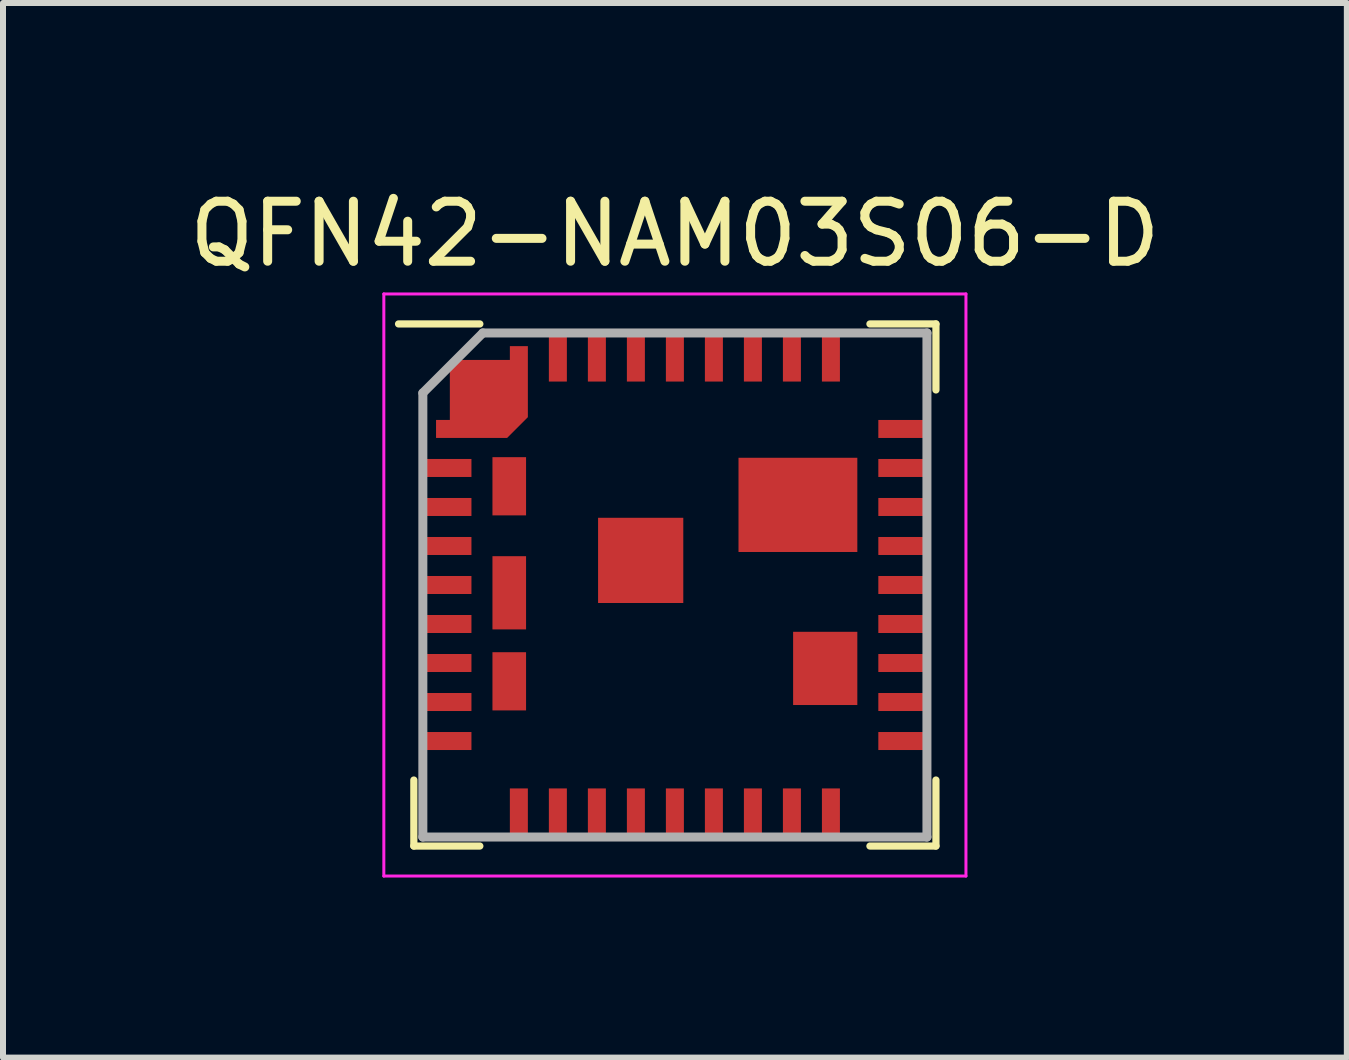
<source format=kicad_pcb>
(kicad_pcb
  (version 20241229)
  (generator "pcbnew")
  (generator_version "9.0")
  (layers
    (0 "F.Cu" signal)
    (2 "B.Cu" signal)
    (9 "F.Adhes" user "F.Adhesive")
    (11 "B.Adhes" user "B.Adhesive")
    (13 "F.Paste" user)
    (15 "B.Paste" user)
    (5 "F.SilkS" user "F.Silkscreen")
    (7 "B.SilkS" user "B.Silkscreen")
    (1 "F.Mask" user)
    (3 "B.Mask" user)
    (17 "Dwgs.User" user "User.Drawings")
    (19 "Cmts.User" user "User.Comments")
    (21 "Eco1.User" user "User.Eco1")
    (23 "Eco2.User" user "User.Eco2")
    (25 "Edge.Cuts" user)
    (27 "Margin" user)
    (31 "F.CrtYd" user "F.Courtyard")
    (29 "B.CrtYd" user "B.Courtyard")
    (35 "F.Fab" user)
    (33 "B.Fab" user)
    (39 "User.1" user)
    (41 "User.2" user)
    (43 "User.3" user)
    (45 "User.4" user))
  (footprint "QFN42-NAM03S06-D"
    (layer "F.Cu")
    (at 8.196 6.698)
    (property "Reference" "QFN42-NAM03S06-D" (at 0 -5.85 0) (layer "F.SilkS") (effects (font (size 1 1) (thickness 0.15))))
    (attr smd)
    (fp_line (start -4.35 4.35) (end -4.35 3.25) (stroke (width 0.12) (type default)) (layer "F.SilkS"))
    (fp_line (start -3.25 -4.35) (end -4.605 -4.35) (stroke (width 0.12) (type default)) (layer "F.SilkS"))
    (fp_line (start -3.25 4.35) (end -4.35 4.35) (stroke (width 0.12) (type default)) (layer "F.SilkS"))
    (fp_line (start 3.25 -4.35) (end 4.35 -4.35) (stroke (width 0.12) (type default)) (layer "F.SilkS"))
    (fp_line (start 3.25 4.35) (end 4.35 4.35) (stroke (width 0.12) (type default)) (layer "F.SilkS"))
    (fp_line (start 4.35 -4.35) (end 4.35 -3.25) (stroke (width 0.12) (type default)) (layer "F.SilkS"))
    (fp_line (start 4.35 4.35) (end 4.35 3.25) (stroke (width 0.12) (type default)) (layer "F.SilkS"))
    (fp_line (start -4.85 -4.85) (end 4.85 -4.85) (stroke (width 0.05) (type default)) (layer "F.CrtYd"))
    (fp_line (start -4.85 4.85) (end -4.85 -4.85) (stroke (width 0.05) (type default)) (layer "F.CrtYd"))
    (fp_line (start 4.85 -4.85) (end 4.85 4.85) (stroke (width 0.05) (type default)) (layer "F.CrtYd"))
    (fp_line (start 4.85 4.85) (end -4.85 4.85) (stroke (width 0.05) (type default)) (layer "F.CrtYd"))
    (fp_line (start -4.2 -3.2) (end -4.2 4.2) (stroke (width 0.15) (type default)) (layer "F.Fab"))
    (fp_line (start -4.2 4.2) (end 4.2 4.2) (stroke (width 0.15) (type default)) (layer "F.Fab"))
    (fp_line (start -3.2 -4.2) (end -4.2 -3.2) (stroke (width 0.15) (type default)) (layer "F.Fab"))
    (fp_line (start 4.2 -4.2) (end -3.2 -4.2) (stroke (width 0.15) (type default)) (layer "F.Fab"))
    (fp_line (start 4.2 4.2) (end 4.2 -4.2) (stroke (width 0.15) (type default)) (layer "F.Fab"))
    (pad "1" smd custom (at -3.865 -2.6 90) (size 0.3 0.23) (layers "F.Cu" "F.Mask" "F.Paste") (options (anchor rect)) (primitives (gr_poly (pts (xy 0.15 0.115) (xy 0.15 -0.115) (xy -0.15 -0.115) (xy -0.15 1.069) (xy 0.196 1.415) (xy 1.38 1.415) (xy 1.38 1.115) (xy 1.15 1.115) (xy 1.15 0.115)) (width 0) (fill yes))))
    (pad "2" smd rect (at -3.795 -1.95 90) (size 0.3 0.81) (layers "F.Cu" "F.Mask" "F.Paste"))
    (pad "3" smd rect (at -3.795 -1.3 90) (size 0.3 0.81) (layers "F.Cu" "F.Mask" "F.Paste"))
    (pad "4" smd rect (at -3.795 -0.65 90) (size 0.3 0.81) (layers "F.Cu" "F.Mask" "F.Paste"))
    (pad "5" smd rect (at -3.795 0 90) (size 0.3 0.81) (layers "F.Cu" "F.Mask" "F.Paste"))
    (pad "6" smd rect (at -3.795 0.65 90) (size 0.3 0.81) (layers "F.Cu" "F.Mask" "F.Paste"))
    (pad "7" smd rect (at -3.795 1.3 90) (size 0.3 0.81) (layers "F.Cu" "F.Mask" "F.Paste"))
    (pad "8" smd rect (at -3.795 1.95 90) (size 0.3 0.81) (layers "F.Cu" "F.Mask" "F.Paste"))
    (pad "9" smd rect (at -3.795 2.6 90) (size 0.3 0.81) (layers "F.Cu" "F.Mask" "F.Paste"))
    (pad "10" smd rect (at -2.6 3.795) (size 0.3 0.81) (layers "F.Cu" "F.Mask" "F.Paste"))
    (pad "11" smd rect (at -1.95 3.795) (size 0.3 0.81) (layers "F.Cu" "F.Mask" "F.Paste"))
    (pad "12" smd rect (at -1.3 3.795) (size 0.3 0.81) (layers "F.Cu" "F.Mask" "F.Paste"))
    (pad "13" smd rect (at -0.65 3.795) (size 0.3 0.81) (layers "F.Cu" "F.Mask" "F.Paste"))
    (pad "14" smd rect (at 0 3.795) (size 0.3 0.81) (layers "F.Cu" "F.Mask" "F.Paste"))
    (pad "15" smd rect (at 0.65 3.795) (size 0.3 0.81) (layers "F.Cu" "F.Mask" "F.Paste"))
    (pad "16" smd rect (at 1.3 3.795) (size 0.3 0.81) (layers "F.Cu" "F.Mask" "F.Paste"))
    (pad "17" smd rect (at 1.95 3.795) (size 0.3 0.81) (layers "F.Cu" "F.Mask" "F.Paste"))
    (pad "18" smd rect (at 2.6 3.795) (size 0.3 0.81) (layers "F.Cu" "F.Mask" "F.Paste"))
    (pad "19" smd rect (at 3.795 2.6 90) (size 0.3 0.81) (layers "F.Cu" "F.Mask" "F.Paste"))
    (pad "20" smd rect (at 3.795 1.95 90) (size 0.3 0.81) (layers "F.Cu" "F.Mask" "F.Paste"))
    (pad "21" smd rect (at 3.795 1.3 90) (size 0.3 0.81) (layers "F.Cu" "F.Mask" "F.Paste"))
    (pad "22" smd rect (at 3.795 0.65 90) (size 0.3 0.81) (layers "F.Cu" "F.Mask" "F.Paste"))
    (pad "23" smd rect (at 3.795 0 90) (size 0.3 0.81) (layers "F.Cu" "F.Mask" "F.Paste"))
    (pad "24" smd rect (at 3.795 -0.65 90) (size 0.3 0.81) (layers "F.Cu" "F.Mask" "F.Paste"))
    (pad "25" smd rect (at 3.795 -1.3 90) (size 0.3 0.81) (layers "F.Cu" "F.Mask" "F.Paste"))
    (pad "26" smd rect (at 3.795 -1.95 90) (size 0.3 0.81) (layers "F.Cu" "F.Mask" "F.Paste"))
    (pad "27" smd rect (at 3.795 -2.6 90) (size 0.3 0.81) (layers "F.Cu" "F.Mask" "F.Paste"))
    (pad "28" smd rect (at 2.6 -3.795) (size 0.3 0.81) (layers "F.Cu" "F.Mask" "F.Paste"))
    (pad "29" smd rect (at 1.95 -3.795) (size 0.3 0.81) (layers "F.Cu" "F.Mask" "F.Paste"))
    (pad "30" smd rect (at 1.3 -3.795) (size 0.3 0.81) (layers "F.Cu" "F.Mask" "F.Paste"))
    (pad "31" smd rect (at 0.65 -3.795) (size 0.3 0.81) (layers "F.Cu" "F.Mask" "F.Paste"))
    (pad "32" smd rect (at 0 -3.795) (size 0.3 0.81) (layers "F.Cu" "F.Mask" "F.Paste"))
    (pad "33" smd rect (at -0.65 -3.795) (size 0.3 0.81) (layers "F.Cu" "F.Mask" "F.Paste"))
    (pad "34" smd rect (at -1.3 -3.795) (size 0.3 0.81) (layers "F.Cu" "F.Mask" "F.Paste"))
    (pad "35" smd rect (at -1.95 -3.795) (size 0.3 0.81) (layers "F.Cu" "F.Mask" "F.Paste"))
    (pad "37" smd rect (at -2.76 -1.645) (size 0.56 0.97) (layers "F.Cu" "F.Mask" "F.Paste"))
    (pad "38" smd rect (at -2.76 0.13) (size 0.56 1.22) (layers "F.Cu" "F.Mask" "F.Paste"))
    (pad "39" smd rect (at -2.76 1.605) (size 0.56 0.97) (layers "F.Cu" "F.Mask" "F.Paste"))
    (pad "40" smd rect (at -0.57 -0.41) (size 1.42 1.42) (layers "F.Cu" "F.Mask" "F.Paste"))
    (pad "41" smd rect (at 2.505 1.39) (size 1.07 1.22) (layers "F.Cu" "F.Mask" "F.Paste"))
    (pad "42" smd rect (at 2.05 -1.335) (size 1.98 1.57) (layers "F.Cu" "F.Mask" "F.Paste")))
  (gr_rect
    (start -3 -3)
    (end 19.393 14.573)
    (stroke (width 0.1) (type default))
    (fill no)
    (layer "Edge.Cuts")))
</source>
